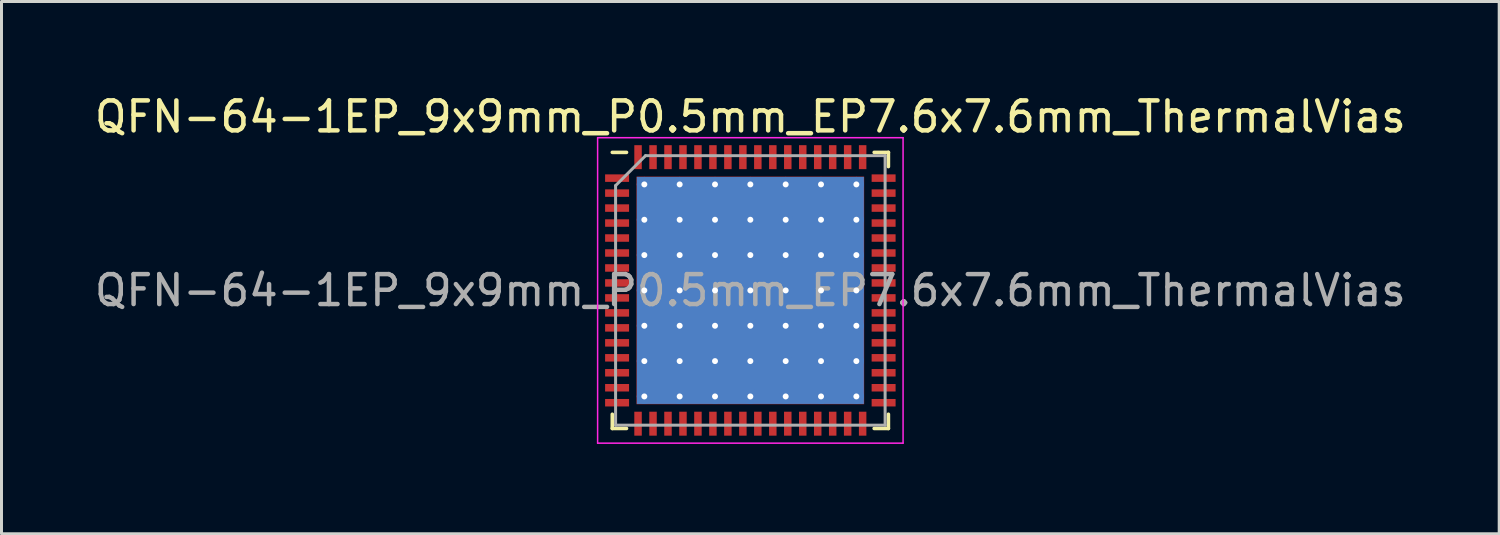
<source format=kicad_pcb>
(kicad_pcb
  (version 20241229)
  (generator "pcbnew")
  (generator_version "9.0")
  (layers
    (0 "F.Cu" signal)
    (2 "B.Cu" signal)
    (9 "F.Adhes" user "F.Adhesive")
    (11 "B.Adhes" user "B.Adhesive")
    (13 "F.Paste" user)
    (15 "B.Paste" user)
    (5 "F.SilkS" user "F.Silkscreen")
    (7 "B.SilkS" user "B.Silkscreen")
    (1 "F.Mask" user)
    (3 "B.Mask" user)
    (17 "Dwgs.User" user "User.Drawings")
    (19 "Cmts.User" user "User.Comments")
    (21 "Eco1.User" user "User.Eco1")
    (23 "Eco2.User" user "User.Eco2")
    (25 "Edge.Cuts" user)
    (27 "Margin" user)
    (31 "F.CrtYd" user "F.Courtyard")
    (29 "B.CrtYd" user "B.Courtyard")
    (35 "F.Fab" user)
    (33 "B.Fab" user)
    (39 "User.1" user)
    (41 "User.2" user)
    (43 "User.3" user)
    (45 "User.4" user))
  (footprint "QFN-64-1EP_9x9mm_P0.5mm_EP7.6x7.6mm_ThermalVias"
    (layer "F.Cu")
    (at 22.006 6.648)
    (property "Reference" "QFN-64-1EP_9x9mm_P0.5mm_EP7.6x7.6mm_ThermalVias" (at 0 -5.8 0) (layer "F.SilkS") (effects (font (size 1 1) (thickness 0.15))))
    (attr smd)
    (fp_line (start -4.61 4.61) (end -4.61 4.135) (stroke (width 0.12) (type solid)) (layer "F.SilkS"))
    (fp_line (start -4.135 -4.61) (end -4.61 -4.61) (stroke (width 0.12) (type solid)) (layer "F.SilkS"))
    (fp_line (start -4.135 4.61) (end -4.61 4.61) (stroke (width 0.12) (type solid)) (layer "F.SilkS"))
    (fp_line (start 4.135 -4.61) (end 4.61 -4.61) (stroke (width 0.12) (type solid)) (layer "F.SilkS"))
    (fp_line (start 4.135 4.61) (end 4.61 4.61) (stroke (width 0.12) (type solid)) (layer "F.SilkS"))
    (fp_line (start 4.61 -4.61) (end 4.61 -4.135) (stroke (width 0.12) (type solid)) (layer "F.SilkS"))
    (fp_line (start 4.61 4.61) (end 4.61 4.135) (stroke (width 0.12) (type solid)) (layer "F.SilkS"))
    (fp_line (start -5.1 -5.1) (end -5.1 5.1) (stroke (width 0.05) (type solid)) (layer "F.CrtYd"))
    (fp_line (start -5.1 5.1) (end 5.1 5.1) (stroke (width 0.05) (type solid)) (layer "F.CrtYd"))
    (fp_line (start 5.1 -5.1) (end -5.1 -5.1) (stroke (width 0.05) (type solid)) (layer "F.CrtYd"))
    (fp_line (start 5.1 5.1) (end 5.1 -5.1) (stroke (width 0.05) (type solid)) (layer "F.CrtYd"))
    (fp_line (start -4.5 -3.5) (end -3.5 -4.5) (stroke (width 0.1) (type solid)) (layer "F.Fab"))
    (fp_line (start -4.5 4.5) (end -4.5 -3.5) (stroke (width 0.1) (type solid)) (layer "F.Fab"))
    (fp_line (start -3.5 -4.5) (end 4.5 -4.5) (stroke (width 0.1) (type solid)) (layer "F.Fab"))
    (fp_line (start 4.5 -4.5) (end 4.5 4.5) (stroke (width 0.1) (type solid)) (layer "F.Fab"))
    (fp_line (start 4.5 4.5) (end -4.5 4.5) (stroke (width 0.1) (type solid)) (layer "F.Fab"))
    (fp_text user "${REFERENCE}" (at 0 0 0) (layer "F.Fab") (effects (font (size 1 1) (thickness 0.15))))
    (pad "" smd custom (at -2.95 -2.95) (size 0.933 0.933) (layers "F.Paste") (options (anchor circle)) (primitives (gr_poly (pts (xy -0.511 -0.387) (xy -0.387 -0.511) (xy 0.387 -0.511) (xy 0.511 -0.387) (xy 0.511 0.387) (xy 0.387 0.511) (xy -0.387 0.511) (xy -0.511 0.387)) (width 0) (fill yes))))
    (pad "" smd custom (at -2.95 -1.77) (size 0.933 0.933) (layers "F.Paste") (options (anchor circle)) (primitives (gr_poly (pts (xy -0.511 -0.387) (xy -0.387 -0.511) (xy 0.387 -0.511) (xy 0.511 -0.387) (xy 0.511 0.387) (xy 0.387 0.511) (xy -0.387 0.511) (xy -0.511 0.387)) (width 0) (fill yes))))
    (pad "" smd custom (at -2.95 -0.59) (size 0.933 0.933) (layers "F.Paste") (options (anchor circle)) (primitives (gr_poly (pts (xy -0.511 -0.387) (xy -0.387 -0.511) (xy 0.387 -0.511) (xy 0.511 -0.387) (xy 0.511 0.387) (xy 0.387 0.511) (xy -0.387 0.511) (xy -0.511 0.387)) (width 0) (fill yes))))
    (pad "" smd custom (at -2.95 0.59) (size 0.933 0.933) (layers "F.Paste") (options (anchor circle)) (primitives (gr_poly (pts (xy -0.511 -0.387) (xy -0.387 -0.511) (xy 0.387 -0.511) (xy 0.511 -0.387) (xy 0.511 0.387) (xy 0.387 0.511) (xy -0.387 0.511) (xy -0.511 0.387)) (width 0) (fill yes))))
    (pad "" smd custom (at -2.95 1.77) (size 0.933 0.933) (layers "F.Paste") (options (anchor circle)) (primitives (gr_poly (pts (xy -0.511 -0.387) (xy -0.387 -0.511) (xy 0.387 -0.511) (xy 0.511 -0.387) (xy 0.511 0.387) (xy 0.387 0.511) (xy -0.387 0.511) (xy -0.511 0.387)) (width 0) (fill yes))))
    (pad "" smd custom (at -2.95 2.95) (size 0.933 0.933) (layers "F.Paste") (options (anchor circle)) (primitives (gr_poly (pts (xy -0.511 -0.387) (xy -0.387 -0.511) (xy 0.387 -0.511) (xy 0.511 -0.387) (xy 0.511 0.387) (xy 0.387 0.511) (xy -0.387 0.511) (xy -0.511 0.387)) (width 0) (fill yes))))
    (pad "" smd custom (at -1.77 -2.95) (size 0.933 0.933) (layers "F.Paste") (options (anchor circle)) (primitives (gr_poly (pts (xy -0.511 -0.387) (xy -0.387 -0.511) (xy 0.387 -0.511) (xy 0.511 -0.387) (xy 0.511 0.387) (xy 0.387 0.511) (xy -0.387 0.511) (xy -0.511 0.387)) (width 0) (fill yes))))
    (pad "" smd custom (at -1.77 -1.77) (size 0.933 0.933) (layers "F.Paste") (options (anchor circle)) (primitives (gr_poly (pts (xy -0.511 -0.387) (xy -0.387 -0.511) (xy 0.387 -0.511) (xy 0.511 -0.387) (xy 0.511 0.387) (xy 0.387 0.511) (xy -0.387 0.511) (xy -0.511 0.387)) (width 0) (fill yes))))
    (pad "" smd custom (at -1.77 -0.59) (size 0.933 0.933) (layers "F.Paste") (options (anchor circle)) (primitives (gr_poly (pts (xy -0.511 -0.387) (xy -0.387 -0.511) (xy 0.387 -0.511) (xy 0.511 -0.387) (xy 0.511 0.387) (xy 0.387 0.511) (xy -0.387 0.511) (xy -0.511 0.387)) (width 0) (fill yes))))
    (pad "" smd custom (at -1.77 0.59) (size 0.933 0.933) (layers "F.Paste") (options (anchor circle)) (primitives (gr_poly (pts (xy -0.511 -0.387) (xy -0.387 -0.511) (xy 0.387 -0.511) (xy 0.511 -0.387) (xy 0.511 0.387) (xy 0.387 0.511) (xy -0.387 0.511) (xy -0.511 0.387)) (width 0) (fill yes))))
    (pad "" smd custom (at -1.77 1.77) (size 0.933 0.933) (layers "F.Paste") (options (anchor circle)) (primitives (gr_poly (pts (xy -0.511 -0.387) (xy -0.387 -0.511) (xy 0.387 -0.511) (xy 0.511 -0.387) (xy 0.511 0.387) (xy 0.387 0.511) (xy -0.387 0.511) (xy -0.511 0.387)) (width 0) (fill yes))))
    (pad "" smd custom (at -1.77 2.95) (size 0.933 0.933) (layers "F.Paste") (options (anchor circle)) (primitives (gr_poly (pts (xy -0.511 -0.387) (xy -0.387 -0.511) (xy 0.387 -0.511) (xy 0.511 -0.387) (xy 0.511 0.387) (xy 0.387 0.511) (xy -0.387 0.511) (xy -0.511 0.387)) (width 0) (fill yes))))
    (pad "" smd custom (at -0.59 -2.95) (size 0.933 0.933) (layers "F.Paste") (options (anchor circle)) (primitives (gr_poly (pts (xy -0.511 -0.387) (xy -0.387 -0.511) (xy 0.387 -0.511) (xy 0.511 -0.387) (xy 0.511 0.387) (xy 0.387 0.511) (xy -0.387 0.511) (xy -0.511 0.387)) (width 0) (fill yes))))
    (pad "" smd custom (at -0.59 -1.77) (size 0.933 0.933) (layers "F.Paste") (options (anchor circle)) (primitives (gr_poly (pts (xy -0.511 -0.387) (xy -0.387 -0.511) (xy 0.387 -0.511) (xy 0.511 -0.387) (xy 0.511 0.387) (xy 0.387 0.511) (xy -0.387 0.511) (xy -0.511 0.387)) (width 0) (fill yes))))
    (pad "" smd custom (at -0.59 -0.59) (size 0.933 0.933) (layers "F.Paste") (options (anchor circle)) (primitives (gr_poly (pts (xy -0.511 -0.387) (xy -0.387 -0.511) (xy 0.387 -0.511) (xy 0.511 -0.387) (xy 0.511 0.387) (xy 0.387 0.511) (xy -0.387 0.511) (xy -0.511 0.387)) (width 0) (fill yes))))
    (pad "" smd custom (at -0.59 0.59) (size 0.933 0.933) (layers "F.Paste") (options (anchor circle)) (primitives (gr_poly (pts (xy -0.511 -0.387) (xy -0.387 -0.511) (xy 0.387 -0.511) (xy 0.511 -0.387) (xy 0.511 0.387) (xy 0.387 0.511) (xy -0.387 0.511) (xy -0.511 0.387)) (width 0) (fill yes))))
    (pad "" smd custom (at -0.59 1.77) (size 0.933 0.933) (layers "F.Paste") (options (anchor circle)) (primitives (gr_poly (pts (xy -0.511 -0.387) (xy -0.387 -0.511) (xy 0.387 -0.511) (xy 0.511 -0.387) (xy 0.511 0.387) (xy 0.387 0.511) (xy -0.387 0.511) (xy -0.511 0.387)) (width 0) (fill yes))))
    (pad "" smd custom (at -0.59 2.95) (size 0.933 0.933) (layers "F.Paste") (options (anchor circle)) (primitives (gr_poly (pts (xy -0.511 -0.387) (xy -0.387 -0.511) (xy 0.387 -0.511) (xy 0.511 -0.387) (xy 0.511 0.387) (xy 0.387 0.511) (xy -0.387 0.511) (xy -0.511 0.387)) (width 0) (fill yes))))
    (pad "" smd custom (at 0.59 -2.95) (size 0.933 0.933) (layers "F.Paste") (options (anchor circle)) (primitives (gr_poly (pts (xy -0.511 -0.387) (xy -0.387 -0.511) (xy 0.387 -0.511) (xy 0.511 -0.387) (xy 0.511 0.387) (xy 0.387 0.511) (xy -0.387 0.511) (xy -0.511 0.387)) (width 0) (fill yes))))
    (pad "" smd custom (at 0.59 -1.77) (size 0.933 0.933) (layers "F.Paste") (options (anchor circle)) (primitives (gr_poly (pts (xy -0.511 -0.387) (xy -0.387 -0.511) (xy 0.387 -0.511) (xy 0.511 -0.387) (xy 0.511 0.387) (xy 0.387 0.511) (xy -0.387 0.511) (xy -0.511 0.387)) (width 0) (fill yes))))
    (pad "" smd custom (at 0.59 -0.59) (size 0.933 0.933) (layers "F.Paste") (options (anchor circle)) (primitives (gr_poly (pts (xy -0.511 -0.387) (xy -0.387 -0.511) (xy 0.387 -0.511) (xy 0.511 -0.387) (xy 0.511 0.387) (xy 0.387 0.511) (xy -0.387 0.511) (xy -0.511 0.387)) (width 0) (fill yes))))
    (pad "" smd custom (at 0.59 0.59) (size 0.933 0.933) (layers "F.Paste") (options (anchor circle)) (primitives (gr_poly (pts (xy -0.511 -0.387) (xy -0.387 -0.511) (xy 0.387 -0.511) (xy 0.511 -0.387) (xy 0.511 0.387) (xy 0.387 0.511) (xy -0.387 0.511) (xy -0.511 0.387)) (width 0) (fill yes))))
    (pad "" smd custom (at 0.59 1.77) (size 0.933 0.933) (layers "F.Paste") (options (anchor circle)) (primitives (gr_poly (pts (xy -0.511 -0.387) (xy -0.387 -0.511) (xy 0.387 -0.511) (xy 0.511 -0.387) (xy 0.511 0.387) (xy 0.387 0.511) (xy -0.387 0.511) (xy -0.511 0.387)) (width 0) (fill yes))))
    (pad "" smd custom (at 0.59 2.95) (size 0.933 0.933) (layers "F.Paste") (options (anchor circle)) (primitives (gr_poly (pts (xy -0.511 -0.387) (xy -0.387 -0.511) (xy 0.387 -0.511) (xy 0.511 -0.387) (xy 0.511 0.387) (xy 0.387 0.511) (xy -0.387 0.511) (xy -0.511 0.387)) (width 0) (fill yes))))
    (pad "" smd custom (at 1.77 -2.95) (size 0.933 0.933) (layers "F.Paste") (options (anchor circle)) (primitives (gr_poly (pts (xy -0.511 -0.387) (xy -0.387 -0.511) (xy 0.387 -0.511) (xy 0.511 -0.387) (xy 0.511 0.387) (xy 0.387 0.511) (xy -0.387 0.511) (xy -0.511 0.387)) (width 0) (fill yes))))
    (pad "" smd custom (at 1.77 -1.77) (size 0.933 0.933) (layers "F.Paste") (options (anchor circle)) (primitives (gr_poly (pts (xy -0.511 -0.387) (xy -0.387 -0.511) (xy 0.387 -0.511) (xy 0.511 -0.387) (xy 0.511 0.387) (xy 0.387 0.511) (xy -0.387 0.511) (xy -0.511 0.387)) (width 0) (fill yes))))
    (pad "" smd custom (at 1.77 -0.59) (size 0.933 0.933) (layers "F.Paste") (options (anchor circle)) (primitives (gr_poly (pts (xy -0.511 -0.387) (xy -0.387 -0.511) (xy 0.387 -0.511) (xy 0.511 -0.387) (xy 0.511 0.387) (xy 0.387 0.511) (xy -0.387 0.511) (xy -0.511 0.387)) (width 0) (fill yes))))
    (pad "" smd custom (at 1.77 0.59) (size 0.933 0.933) (layers "F.Paste") (options (anchor circle)) (primitives (gr_poly (pts (xy -0.511 -0.387) (xy -0.387 -0.511) (xy 0.387 -0.511) (xy 0.511 -0.387) (xy 0.511 0.387) (xy 0.387 0.511) (xy -0.387 0.511) (xy -0.511 0.387)) (width 0) (fill yes))))
    (pad "" smd custom (at 1.77 1.77) (size 0.933 0.933) (layers "F.Paste") (options (anchor circle)) (primitives (gr_poly (pts (xy -0.511 -0.387) (xy -0.387 -0.511) (xy 0.387 -0.511) (xy 0.511 -0.387) (xy 0.511 0.387) (xy 0.387 0.511) (xy -0.387 0.511) (xy -0.511 0.387)) (width 0) (fill yes))))
    (pad "" smd custom (at 1.77 2.95) (size 0.933 0.933) (layers "F.Paste") (options (anchor circle)) (primitives (gr_poly (pts (xy -0.511 -0.387) (xy -0.387 -0.511) (xy 0.387 -0.511) (xy 0.511 -0.387) (xy 0.511 0.387) (xy 0.387 0.511) (xy -0.387 0.511) (xy -0.511 0.387)) (width 0) (fill yes))))
    (pad "" smd custom (at 2.95 -2.95) (size 0.933 0.933) (layers "F.Paste") (options (anchor circle)) (primitives (gr_poly (pts (xy -0.511 -0.387) (xy -0.387 -0.511) (xy 0.387 -0.511) (xy 0.511 -0.387) (xy 0.511 0.387) (xy 0.387 0.511) (xy -0.387 0.511) (xy -0.511 0.387)) (width 0) (fill yes))))
    (pad "" smd custom (at 2.95 -1.77) (size 0.933 0.933) (layers "F.Paste") (options (anchor circle)) (primitives (gr_poly (pts (xy -0.511 -0.387) (xy -0.387 -0.511) (xy 0.387 -0.511) (xy 0.511 -0.387) (xy 0.511 0.387) (xy 0.387 0.511) (xy -0.387 0.511) (xy -0.511 0.387)) (width 0) (fill yes))))
    (pad "" smd custom (at 2.95 -0.59) (size 0.933 0.933) (layers "F.Paste") (options (anchor circle)) (primitives (gr_poly (pts (xy -0.511 -0.387) (xy -0.387 -0.511) (xy 0.387 -0.511) (xy 0.511 -0.387) (xy 0.511 0.387) (xy 0.387 0.511) (xy -0.387 0.511) (xy -0.511 0.387)) (width 0) (fill yes))))
    (pad "" smd custom (at 2.95 0.59) (size 0.933 0.933) (layers "F.Paste") (options (anchor circle)) (primitives (gr_poly (pts (xy -0.511 -0.387) (xy -0.387 -0.511) (xy 0.387 -0.511) (xy 0.511 -0.387) (xy 0.511 0.387) (xy 0.387 0.511) (xy -0.387 0.511) (xy -0.511 0.387)) (width 0) (fill yes))))
    (pad "" smd custom (at 2.95 1.77) (size 0.933 0.933) (layers "F.Paste") (options (anchor circle)) (primitives (gr_poly (pts (xy -0.511 -0.387) (xy -0.387 -0.511) (xy 0.387 -0.511) (xy 0.511 -0.387) (xy 0.511 0.387) (xy 0.387 0.511) (xy -0.387 0.511) (xy -0.511 0.387)) (width 0) (fill yes))))
    (pad "" smd custom (at 2.95 2.95) (size 0.933 0.933) (layers "F.Paste") (options (anchor circle)) (primitives (gr_poly (pts (xy -0.511 -0.387) (xy -0.387 -0.511) (xy 0.387 -0.511) (xy 0.511 -0.387) (xy 0.511 0.387) (xy 0.387 0.511) (xy -0.387 0.511) (xy -0.511 0.387)) (width 0) (fill yes))))
    (pad "1" smd rect (at -4.45 -3.75) (size 0.8 0.25) (layers "F.Cu" "F.Mask" "F.Paste"))
    (pad "2" smd rect (at -4.45 -3.25) (size 0.8 0.25) (layers "F.Cu" "F.Mask" "F.Paste"))
    (pad "3" smd rect (at -4.45 -2.75) (size 0.8 0.25) (layers "F.Cu" "F.Mask" "F.Paste"))
    (pad "4" smd rect (at -4.45 -2.25) (size 0.8 0.25) (layers "F.Cu" "F.Mask" "F.Paste"))
    (pad "5" smd rect (at -4.45 -1.75) (size 0.8 0.25) (layers "F.Cu" "F.Mask" "F.Paste"))
    (pad "6" smd rect (at -4.45 -1.25) (size 0.8 0.25) (layers "F.Cu" "F.Mask" "F.Paste"))
    (pad "7" smd rect (at -4.45 -0.75) (size 0.8 0.25) (layers "F.Cu" "F.Mask" "F.Paste"))
    (pad "8" smd rect (at -4.45 -0.25) (size 0.8 0.25) (layers "F.Cu" "F.Mask" "F.Paste"))
    (pad "9" smd rect (at -4.45 0.25) (size 0.8 0.25) (layers "F.Cu" "F.Mask" "F.Paste"))
    (pad "10" smd rect (at -4.45 0.75) (size 0.8 0.25) (layers "F.Cu" "F.Mask" "F.Paste"))
    (pad "11" smd rect (at -4.45 1.25) (size 0.8 0.25) (layers "F.Cu" "F.Mask" "F.Paste"))
    (pad "12" smd rect (at -4.45 1.75) (size 0.8 0.25) (layers "F.Cu" "F.Mask" "F.Paste"))
    (pad "13" smd rect (at -4.45 2.25) (size 0.8 0.25) (layers "F.Cu" "F.Mask" "F.Paste"))
    (pad "14" smd rect (at -4.45 2.75) (size 0.8 0.25) (layers "F.Cu" "F.Mask" "F.Paste"))
    (pad "15" smd rect (at -4.45 3.25) (size 0.8 0.25) (layers "F.Cu" "F.Mask" "F.Paste"))
    (pad "16" smd rect (at -4.45 3.75) (size 0.8 0.25) (layers "F.Cu" "F.Mask" "F.Paste"))
    (pad "17" smd rect (at -3.75 4.45) (size 0.25 0.8) (layers "F.Cu" "F.Mask" "F.Paste"))
    (pad "18" smd rect (at -3.25 4.45) (size 0.25 0.8) (layers "F.Cu" "F.Mask" "F.Paste"))
    (pad "19" smd rect (at -2.75 4.45) (size 0.25 0.8) (layers "F.Cu" "F.Mask" "F.Paste"))
    (pad "20" smd rect (at -2.25 4.45) (size 0.25 0.8) (layers "F.Cu" "F.Mask" "F.Paste"))
    (pad "21" smd rect (at -1.75 4.45) (size 0.25 0.8) (layers "F.Cu" "F.Mask" "F.Paste"))
    (pad "22" smd rect (at -1.25 4.45) (size 0.25 0.8) (layers "F.Cu" "F.Mask" "F.Paste"))
    (pad "23" smd rect (at -0.75 4.45) (size 0.25 0.8) (layers "F.Cu" "F.Mask" "F.Paste"))
    (pad "24" smd rect (at -0.25 4.45) (size 0.25 0.8) (layers "F.Cu" "F.Mask" "F.Paste"))
    (pad "25" smd rect (at 0.25 4.45) (size 0.25 0.8) (layers "F.Cu" "F.Mask" "F.Paste"))
    (pad "26" smd rect (at 0.75 4.45) (size 0.25 0.8) (layers "F.Cu" "F.Mask" "F.Paste"))
    (pad "27" smd rect (at 1.25 4.45) (size 0.25 0.8) (layers "F.Cu" "F.Mask" "F.Paste"))
    (pad "28" smd rect (at 1.75 4.45) (size 0.25 0.8) (layers "F.Cu" "F.Mask" "F.Paste"))
    (pad "29" smd rect (at 2.25 4.45) (size 0.25 0.8) (layers "F.Cu" "F.Mask" "F.Paste"))
    (pad "30" smd rect (at 2.75 4.45) (size 0.25 0.8) (layers "F.Cu" "F.Mask" "F.Paste"))
    (pad "31" smd rect (at 3.25 4.45) (size 0.25 0.8) (layers "F.Cu" "F.Mask" "F.Paste"))
    (pad "32" smd rect (at 3.75 4.45) (size 0.25 0.8) (layers "F.Cu" "F.Mask" "F.Paste"))
    (pad "33" smd rect (at 4.45 3.75) (size 0.8 0.25) (layers "F.Cu" "F.Mask" "F.Paste"))
    (pad "34" smd rect (at 4.45 3.25) (size 0.8 0.25) (layers "F.Cu" "F.Mask" "F.Paste"))
    (pad "35" smd rect (at 4.45 2.75) (size 0.8 0.25) (layers "F.Cu" "F.Mask" "F.Paste"))
    (pad "36" smd rect (at 4.45 2.25) (size 0.8 0.25) (layers "F.Cu" "F.Mask" "F.Paste"))
    (pad "37" smd rect (at 4.45 1.75) (size 0.8 0.25) (layers "F.Cu" "F.Mask" "F.Paste"))
    (pad "38" smd rect (at 4.45 1.25) (size 0.8 0.25) (layers "F.Cu" "F.Mask" "F.Paste"))
    (pad "39" smd rect (at 4.45 0.75) (size 0.8 0.25) (layers "F.Cu" "F.Mask" "F.Paste"))
    (pad "40" smd rect (at 4.45 0.25) (size 0.8 0.25) (layers "F.Cu" "F.Mask" "F.Paste"))
    (pad "41" smd rect (at 4.45 -0.25) (size 0.8 0.25) (layers "F.Cu" "F.Mask" "F.Paste"))
    (pad "42" smd rect (at 4.45 -0.75) (size 0.8 0.25) (layers "F.Cu" "F.Mask" "F.Paste"))
    (pad "43" smd rect (at 4.45 -1.25) (size 0.8 0.25) (layers "F.Cu" "F.Mask" "F.Paste"))
    (pad "44" smd rect (at 4.45 -1.75) (size 0.8 0.25) (layers "F.Cu" "F.Mask" "F.Paste"))
    (pad "45" smd rect (at 4.45 -2.25) (size 0.8 0.25) (layers "F.Cu" "F.Mask" "F.Paste"))
    (pad "46" smd rect (at 4.45 -2.75) (size 0.8 0.25) (layers "F.Cu" "F.Mask" "F.Paste"))
    (pad "47" smd rect (at 4.45 -3.25) (size 0.8 0.25) (layers "F.Cu" "F.Mask" "F.Paste"))
    (pad "48" smd rect (at 4.45 -3.75) (size 0.8 0.25) (layers "F.Cu" "F.Mask" "F.Paste"))
    (pad "49" smd rect (at 3.75 -4.45) (size 0.25 0.8) (layers "F.Cu" "F.Mask" "F.Paste"))
    (pad "50" smd rect (at 3.25 -4.45) (size 0.25 0.8) (layers "F.Cu" "F.Mask" "F.Paste"))
    (pad "51" smd rect (at 2.75 -4.45) (size 0.25 0.8) (layers "F.Cu" "F.Mask" "F.Paste"))
    (pad "52" smd rect (at 2.25 -4.45) (size 0.25 0.8) (layers "F.Cu" "F.Mask" "F.Paste"))
    (pad "53" smd rect (at 1.75 -4.45) (size 0.25 0.8) (layers "F.Cu" "F.Mask" "F.Paste"))
    (pad "54" smd rect (at 1.25 -4.45) (size 0.25 0.8) (layers "F.Cu" "F.Mask" "F.Paste"))
    (pad "55" smd rect (at 0.75 -4.45) (size 0.25 0.8) (layers "F.Cu" "F.Mask" "F.Paste"))
    (pad "56" smd rect (at 0.25 -4.45) (size 0.25 0.8) (layers "F.Cu" "F.Mask" "F.Paste"))
    (pad "57" smd rect (at -0.25 -4.45) (size 0.25 0.8) (layers "F.Cu" "F.Mask" "F.Paste"))
    (pad "58" smd rect (at -0.75 -4.45) (size 0.25 0.8) (layers "F.Cu" "F.Mask" "F.Paste"))
    (pad "59" smd rect (at -1.25 -4.45) (size 0.25 0.8) (layers "F.Cu" "F.Mask" "F.Paste"))
    (pad "60" smd rect (at -1.75 -4.45) (size 0.25 0.8) (layers "F.Cu" "F.Mask" "F.Paste"))
    (pad "61" smd rect (at -2.25 -4.45) (size 0.25 0.8) (layers "F.Cu" "F.Mask" "F.Paste"))
    (pad "62" smd rect (at -2.75 -4.45) (size 0.25 0.8) (layers "F.Cu" "F.Mask" "F.Paste"))
    (pad "63" smd rect (at -3.25 -4.45) (size 0.25 0.8) (layers "F.Cu" "F.Mask" "F.Paste"))
    (pad "64" smd rect (at -3.75 -4.45) (size 0.25 0.8) (layers "F.Cu" "F.Mask" "F.Paste"))
    (pad "65" thru_hole circle (at -3.54 -3.54) (size 0.5 0.5) (drill 0.2) (layers "*.Cu"))
    (pad "65" thru_hole circle (at -3.54 -2.36) (size 0.5 0.5) (drill 0.2) (layers "*.Cu"))
    (pad "65" thru_hole circle (at -3.54 -1.18) (size 0.5 0.5) (drill 0.2) (layers "*.Cu"))
    (pad "65" thru_hole circle (at -3.54 0) (size 0.5 0.5) (drill 0.2) (layers "*.Cu"))
    (pad "65" thru_hole circle (at -3.54 1.18) (size 0.5 0.5) (drill 0.2) (layers "*.Cu"))
    (pad "65" thru_hole circle (at -3.54 2.36) (size 0.5 0.5) (drill 0.2) (layers "*.Cu"))
    (pad "65" thru_hole circle (at -3.54 3.54) (size 0.5 0.5) (drill 0.2) (layers "*.Cu"))
    (pad "65" thru_hole circle (at -2.36 -3.54) (size 0.5 0.5) (drill 0.2) (layers "*.Cu"))
    (pad "65" thru_hole circle (at -2.36 -2.36) (size 0.5 0.5) (drill 0.2) (layers "*.Cu"))
    (pad "65" thru_hole circle (at -2.36 -1.18) (size 0.5 0.5) (drill 0.2) (layers "*.Cu"))
    (pad "65" thru_hole circle (at -2.36 0) (size 0.5 0.5) (drill 0.2) (layers "*.Cu"))
    (pad "65" thru_hole circle (at -2.36 1.18) (size 0.5 0.5) (drill 0.2) (layers "*.Cu"))
    (pad "65" thru_hole circle (at -2.36 2.36) (size 0.5 0.5) (drill 0.2) (layers "*.Cu"))
    (pad "65" thru_hole circle (at -2.36 3.54) (size 0.5 0.5) (drill 0.2) (layers "*.Cu"))
    (pad "65" thru_hole circle (at -1.18 -3.54) (size 0.5 0.5) (drill 0.2) (layers "*.Cu"))
    (pad "65" thru_hole circle (at -1.18 -2.36) (size 0.5 0.5) (drill 0.2) (layers "*.Cu"))
    (pad "65" thru_hole circle (at -1.18 -1.18) (size 0.5 0.5) (drill 0.2) (layers "*.Cu"))
    (pad "65" thru_hole circle (at -1.18 0) (size 0.5 0.5) (drill 0.2) (layers "*.Cu"))
    (pad "65" thru_hole circle (at -1.18 1.18) (size 0.5 0.5) (drill 0.2) (layers "*.Cu"))
    (pad "65" thru_hole circle (at -1.18 2.36) (size 0.5 0.5) (drill 0.2) (layers "*.Cu"))
    (pad "65" thru_hole circle (at -1.18 3.54) (size 0.5 0.5) (drill 0.2) (layers "*.Cu"))
    (pad "65" thru_hole circle (at 0 -3.54) (size 0.5 0.5) (drill 0.2) (layers "*.Cu"))
    (pad "65" thru_hole circle (at 0 -2.36) (size 0.5 0.5) (drill 0.2) (layers "*.Cu"))
    (pad "65" thru_hole circle (at 0 -1.18) (size 0.5 0.5) (drill 0.2) (layers "*.Cu"))
    (pad "65" thru_hole circle (at 0 0) (size 0.5 0.5) (drill 0.2) (layers "*.Cu"))
    (pad "65" smd rect (at 0 0) (size 7.58 7.58) (layers "B.Cu"))
    (pad "65" smd rect (at 0 0) (size 7.6 7.6) (layers "F.Cu" "F.Mask"))
    (pad "65" thru_hole circle (at 0 1.18) (size 0.5 0.5) (drill 0.2) (layers "*.Cu"))
    (pad "65" thru_hole circle (at 0 2.36) (size 0.5 0.5) (drill 0.2) (layers "*.Cu"))
    (pad "65" thru_hole circle (at 0 3.54) (size 0.5 0.5) (drill 0.2) (layers "*.Cu"))
    (pad "65" thru_hole circle (at 1.18 -3.54) (size 0.5 0.5) (drill 0.2) (layers "*.Cu"))
    (pad "65" thru_hole circle (at 1.18 -2.36) (size 0.5 0.5) (drill 0.2) (layers "*.Cu"))
    (pad "65" thru_hole circle (at 1.18 -1.18) (size 0.5 0.5) (drill 0.2) (layers "*.Cu"))
    (pad "65" thru_hole circle (at 1.18 0) (size 0.5 0.5) (drill 0.2) (layers "*.Cu"))
    (pad "65" thru_hole circle (at 1.18 1.18) (size 0.5 0.5) (drill 0.2) (layers "*.Cu"))
    (pad "65" thru_hole circle (at 1.18 2.36) (size 0.5 0.5) (drill 0.2) (layers "*.Cu"))
    (pad "65" thru_hole circle (at 1.18 3.54) (size 0.5 0.5) (drill 0.2) (layers "*.Cu"))
    (pad "65" thru_hole circle (at 2.36 -3.54) (size 0.5 0.5) (drill 0.2) (layers "*.Cu"))
    (pad "65" thru_hole circle (at 2.36 -2.36) (size 0.5 0.5) (drill 0.2) (layers "*.Cu"))
    (pad "65" thru_hole circle (at 2.36 -1.18) (size 0.5 0.5) (drill 0.2) (layers "*.Cu"))
    (pad "65" thru_hole circle (at 2.36 0) (size 0.5 0.5) (drill 0.2) (layers "*.Cu"))
    (pad "65" thru_hole circle (at 2.36 1.18) (size 0.5 0.5) (drill 0.2) (layers "*.Cu"))
    (pad "65" thru_hole circle (at 2.36 2.36) (size 0.5 0.5) (drill 0.2) (layers "*.Cu"))
    (pad "65" thru_hole circle (at 2.36 3.54) (size 0.5 0.5) (drill 0.2) (layers "*.Cu"))
    (pad "65" thru_hole circle (at 3.54 -3.54) (size 0.5 0.5) (drill 0.2) (layers "*.Cu"))
    (pad "65" thru_hole circle (at 3.54 -2.36) (size 0.5 0.5) (drill 0.2) (layers "*.Cu"))
    (pad "65" thru_hole circle (at 3.54 -1.18) (size 0.5 0.5) (drill 0.2) (layers "*.Cu"))
    (pad "65" thru_hole circle (at 3.54 0) (size 0.5 0.5) (drill 0.2) (layers "*.Cu"))
    (pad "65" thru_hole circle (at 3.54 1.18) (size 0.5 0.5) (drill 0.2) (layers "*.Cu"))
    (pad "65" thru_hole circle (at 3.54 2.36) (size 0.5 0.5) (drill 0.2) (layers "*.Cu"))
    (pad "65" thru_hole circle (at 3.54 3.54) (size 0.5 0.5) (drill 0.2) (layers "*.Cu")))
  (gr_rect
    (start -3 -3)
    (end 47.012 14.773)
    (stroke (width 0.1) (type default))
    (fill no)
    (layer "Edge.Cuts")))
</source>
